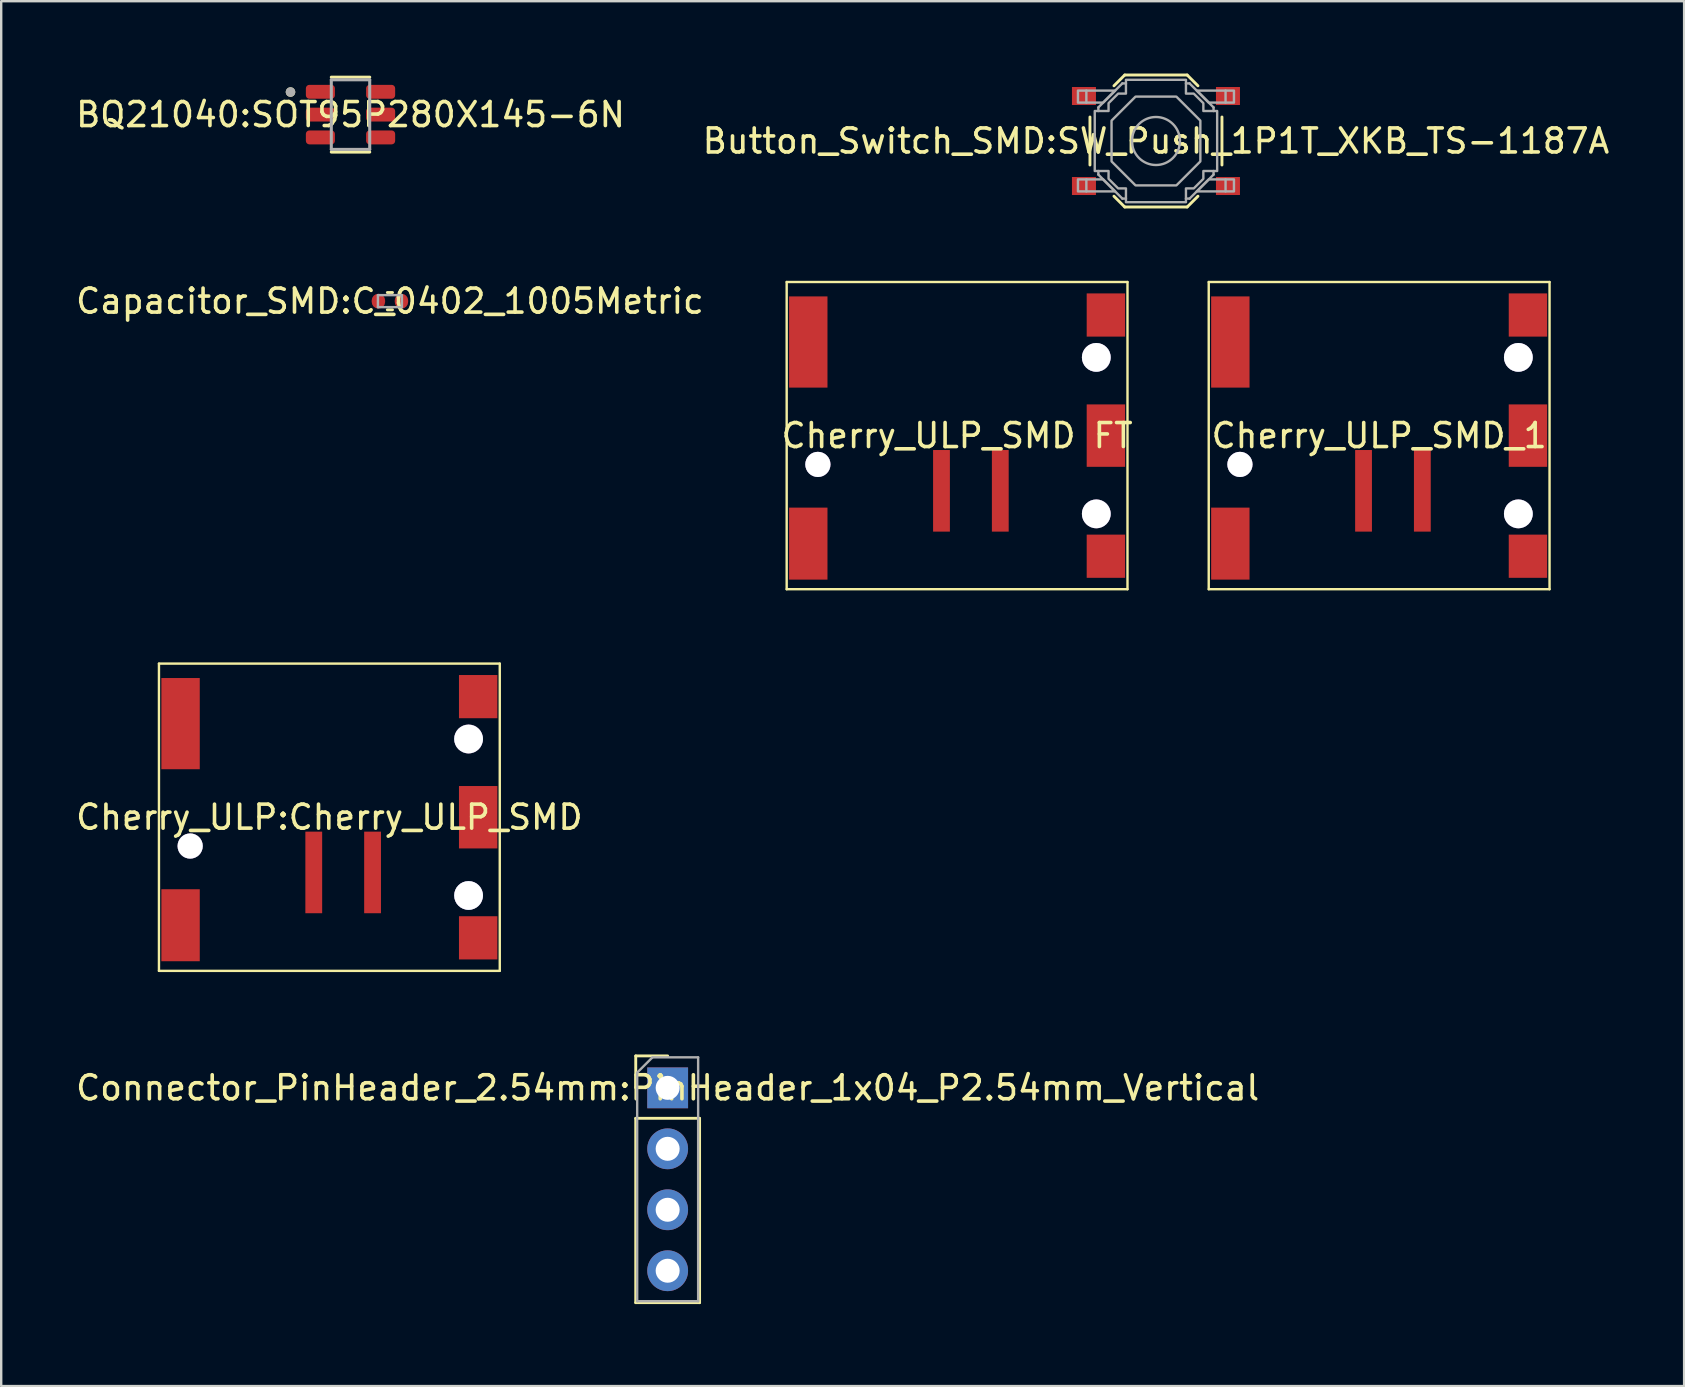
<source format=kicad_pcb>
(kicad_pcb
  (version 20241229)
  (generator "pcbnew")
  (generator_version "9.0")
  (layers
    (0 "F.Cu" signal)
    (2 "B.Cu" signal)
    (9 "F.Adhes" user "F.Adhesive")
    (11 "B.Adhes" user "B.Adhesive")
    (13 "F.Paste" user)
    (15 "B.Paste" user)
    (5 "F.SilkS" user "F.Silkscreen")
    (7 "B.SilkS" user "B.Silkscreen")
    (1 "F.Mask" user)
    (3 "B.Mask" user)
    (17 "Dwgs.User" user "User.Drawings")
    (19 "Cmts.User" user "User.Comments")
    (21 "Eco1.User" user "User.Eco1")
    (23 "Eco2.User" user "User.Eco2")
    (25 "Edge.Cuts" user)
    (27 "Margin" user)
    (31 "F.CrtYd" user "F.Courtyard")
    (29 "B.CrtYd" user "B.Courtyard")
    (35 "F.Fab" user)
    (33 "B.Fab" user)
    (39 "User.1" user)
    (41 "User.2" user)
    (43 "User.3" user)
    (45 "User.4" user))
  (footprint "Cherry_ULP_SMD_1"
    (layer "F.Cu")
    (at 54.412 15.1)
    (property "Reference" "Cherry_ULP_SMD_1" (at 0 0 0) (layer "F.SilkS") (effects (font (size 1 1) (thickness 0.15))))
    (fp_line (start -7.1 -6.4) (end 7.1 -6.4) (stroke (width 0.1) (type default)) (layer "F.SilkS"))
    (fp_line (start -7.1 6.4) (end -7.1 -6.4) (stroke (width 0.1) (type default)) (layer "F.SilkS"))
    (fp_line (start 7.1 -6.4) (end 7.1 6.4) (stroke (width 0.1) (type default)) (layer "F.SilkS"))
    (fp_line (start 7.1 6.4) (end -7.1 6.4) (stroke (width 0.1) (type default)) (layer "F.SilkS"))
    (fp_line (start -6.8 -6.1) (end 6.8 -6.1) (stroke (width 0.1) (type default)) (layer "User.1"))
    (fp_line (start -6.8 6.1) (end -6.8 -6.1) (stroke (width 0.1) (type default)) (layer "User.1"))
    (fp_line (start -3.6 -4.2) (end 3.1 -4.2) (stroke (width 0.05) (type default)) (layer "User.1"))
    (fp_line (start -3.6 -1.8) (end -3.6 -4.2) (stroke (width 0.05) (type default)) (layer "User.1"))
    (fp_line (start 3.1 -4.2) (end 3.1 -1.8) (stroke (width 0.05) (type default)) (layer "User.1"))
    (fp_line (start 3.1 -1.8) (end -3.6 -1.8) (stroke (width 0.05) (type default)) (layer "User.1"))
    (fp_line (start 6.8 -6.1) (end 6.8 6.1) (stroke (width 0.1) (type default)) (layer "User.1"))
    (fp_line (start 6.8 6.1) (end -6.8 6.1) (stroke (width 0.1) (type default)) (layer "User.1"))
    (pad "" thru_hole circle (at -5.8 1.2) (size 1.05 1.05) (drill 1.05) (layers "*.Cu" "*.Mask"))
    (pad "" thru_hole circle (at 5.8 -3.26) (size 1.2 1.2) (drill 1.2) (layers "*.Cu" "*.Mask"))
    (pad "" thru_hole circle (at 5.8 3.26) (size 1.2 1.2) (drill 1.2) (layers "*.Cu" "*.Mask"))
    (pad "1" smd rect (at -0.65 2.3) (size 0.7 3.4) (layers "F.Cu" "F.Mask" "F.Paste"))
    (pad "2" smd rect (at 1.8 2.3) (size 0.7 3.4) (layers "F.Cu" "F.Mask" "F.Paste"))
    (pad "3" smd rect (at -6.2 -3.9) (size 1.6 3.8) (layers "F.Cu" "F.Mask" "F.Paste"))
    (pad "3" smd rect (at -6.2 4.5) (size 1.6 3) (layers "F.Cu" "F.Mask" "F.Paste"))
    (pad "3" smd rect (at 6.2 -5.025) (size 1.6 1.8) (layers "F.Cu" "F.Mask" "F.Paste"))
    (pad "3" smd rect (at 6.2 0) (size 1.6 2.6) (layers "F.Cu" "F.Mask" "F.Paste"))
    (pad "3" smd rect (at 6.2 5.025) (size 1.6 1.8) (layers "F.Cu" "F.Mask" "F.Paste")))
  (footprint "Cherry_ULP_SMD FT"
    (layer "F.Cu")
    (at 36.827 15.1)
    (property "Reference" "Cherry_ULP_SMD FT" (at 0 0 0) (layer "F.SilkS") (effects (font (size 1 1) (thickness 0.15))))
    (fp_line (start -7.1 -6.4) (end 7.1 -6.4) (stroke (width 0.1) (type default)) (layer "F.SilkS"))
    (fp_line (start -7.1 6.4) (end -7.1 -6.4) (stroke (width 0.1) (type default)) (layer "F.SilkS"))
    (fp_line (start 7.1 -6.4) (end 7.1 6.4) (stroke (width 0.1) (type default)) (layer "F.SilkS"))
    (fp_line (start 7.1 6.4) (end -7.1 6.4) (stroke (width 0.1) (type default)) (layer "F.SilkS"))
    (fp_line (start -6.8 -6.1) (end 6.8 -6.1) (stroke (width 0.1) (type default)) (layer "User.1"))
    (fp_line (start -6.8 6.1) (end -6.8 -6.1) (stroke (width 0.1) (type default)) (layer "User.1"))
    (fp_line (start -3.6 -4.2) (end 3.1 -4.2) (stroke (width 0.05) (type default)) (layer "User.1"))
    (fp_line (start -3.6 -1.8) (end -3.6 -4.2) (stroke (width 0.05) (type default)) (layer "User.1"))
    (fp_line (start 3.1 -4.2) (end 3.1 -1.8) (stroke (width 0.05) (type default)) (layer "User.1"))
    (fp_line (start 3.1 -1.8) (end -3.6 -1.8) (stroke (width 0.05) (type default)) (layer "User.1"))
    (fp_line (start 6.8 -6.1) (end 6.8 6.1) (stroke (width 0.1) (type default)) (layer "User.1"))
    (fp_line (start 6.8 6.1) (end -6.8 6.1) (stroke (width 0.1) (type default)) (layer "User.1"))
    (pad "" thru_hole circle (at -5.8 1.2) (size 1.05 1.05) (drill 1.05) (layers "*.Cu" "*.Mask"))
    (pad "" thru_hole circle (at 5.8 -3.26) (size 1.2 1.2) (drill 1.2) (layers "*.Cu" "*.Mask"))
    (pad "" thru_hole circle (at 5.8 3.26) (size 1.2 1.2) (drill 1.2) (layers "*.Cu" "*.Mask"))
    (pad "1" smd rect (at -0.65 2.3) (size 0.7 3.4) (layers "F.Cu" "F.Mask" "F.Paste"))
    (pad "2" smd rect (at 1.8 2.3) (size 0.7 3.4) (layers "F.Cu" "F.Mask" "F.Paste"))
    (pad "3" smd rect (at -6.2 -3.9) (size 1.6 3.8) (layers "F.Cu" "F.Mask" "F.Paste"))
    (pad "3" smd rect (at -6.2 4.5) (size 1.6 3) (layers "F.Cu" "F.Mask" "F.Paste"))
    (pad "3" smd rect (at 6.2 -5.025) (size 1.6 1.8) (layers "F.Cu" "F.Mask" "F.Paste"))
    (pad "3" smd rect (at 6.2 0) (size 1.6 2.6) (layers "F.Cu" "F.Mask" "F.Paste"))
    (pad "3" smd rect (at 6.2 5.025) (size 1.6 1.8) (layers "F.Cu" "F.Mask" "F.Paste")))
  (footprint "Connector_PinHeader_2.54mm{colon}PinHeader_1x04_P2.54mm_Vertical"
    (layer "F.Cu")
    (at 24.768 42.275)
    (property "Reference" "Connector_PinHeader_2.54mm{colon}PinHeader_1x04_P2.54mm_Vertical" (at 0 0 0) (layer "F.SilkS") (effects (font (size 1 1) (thickness 0.15))))
    (fp_line (start -1.33 -1.33) (end 0 -1.33) (stroke (width 0.12) (type default)) (layer "F.SilkS"))
    (fp_line (start -1.33 0) (end -1.33 -1.33) (stroke (width 0.12) (type default)) (layer "F.SilkS"))
    (fp_line (start -1.33 1.27) (end -1.33 8.95) (stroke (width 0.12) (type default)) (layer "F.SilkS"))
    (fp_line (start -1.33 1.27) (end 1.33 1.27) (stroke (width 0.12) (type default)) (layer "F.SilkS"))
    (fp_line (start -1.33 8.95) (end 1.33 8.95) (stroke (width 0.12) (type default)) (layer "F.SilkS"))
    (fp_line (start 1.33 1.27) (end 1.33 8.95) (stroke (width 0.12) (type default)) (layer "F.SilkS"))
    (fp_line (start -1.27 -0.635) (end -0.635 -1.27) (stroke (width 0.1) (type default)) (layer "F.Fab"))
    (fp_line (start -1.27 8.89) (end -1.27 -0.635) (stroke (width 0.1) (type default)) (layer "F.Fab"))
    (fp_line (start -0.635 -1.27) (end 1.27 -1.27) (stroke (width 0.1) (type default)) (layer "F.Fab"))
    (fp_line (start 1.27 -1.27) (end 1.27 8.89) (stroke (width 0.1) (type default)) (layer "F.Fab"))
    (fp_line (start 1.27 8.89) (end -1.27 8.89) (stroke (width 0.1) (type default)) (layer "F.Fab"))
    (fp_line (start -1.8 -1.8) (end -1.8 9.4) (stroke (width 0.05) (type default)) (layer "User.1"))
    (fp_line (start -1.8 9.4) (end 1.8 9.4) (stroke (width 0.05) (type default)) (layer "User.1"))
    (fp_line (start 1.8 -1.8) (end -1.8 -1.8) (stroke (width 0.05) (type default)) (layer "User.1"))
    (fp_line (start 1.8 9.4) (end 1.8 -1.8) (stroke (width 0.05) (type default)) (layer "User.1"))
    (pad "1" thru_hole rect (at 0 0) (size 1.7 1.7) (drill 1) (layers "*.Cu" "*.Mask"))
    (pad "2" thru_hole circle (at 0 2.54) (size 1.7 1.7) (drill 1) (layers "*.Cu" "*.Mask"))
    (pad "3" thru_hole circle (at 0 5.08) (size 1.7 1.7) (drill 1) (layers "*.Cu" "*.Mask"))
    (pad "4" thru_hole circle (at 0 7.62) (size 1.7 1.7) (drill 1) (layers "*.Cu" "*.Mask")))
  (footprint "Button_Switch_SMD{colon}SW_Push_1P1T_XKB_TS-1187A"
    (layer "F.Cu")
    (at 45.113 2.825)
    (property "Reference" "Button_Switch_SMD{colon}SW_Push_1P1T_XKB_TS-1187A" (at 0 0 0) (layer "F.SilkS") (effects (font (size 1 1) (thickness 0.15))))
    (fp_line (start -2.75 -1) (end -2.75 1) (stroke (width 0.12) (type default)) (layer "F.SilkS"))
    (fp_line (start -1.75 -2.3) (end -1.3 -2.75) (stroke (width 0.12) (type default)) (layer "F.SilkS"))
    (fp_line (start -1.75 2.3) (end -1.3 2.75) (stroke (width 0.12) (type default)) (layer "F.SilkS"))
    (fp_line (start -1.3 -2.75) (end 1.3 -2.75) (stroke (width 0.12) (type default)) (layer "F.SilkS"))
    (fp_line (start -1.3 2.75) (end 1.3 2.75) (stroke (width 0.12) (type default)) (layer "F.SilkS"))
    (fp_line (start 1.75 -2.3) (end 1.3 -2.75) (stroke (width 0.12) (type default)) (layer "F.SilkS"))
    (fp_line (start 1.75 2.3) (end 1.3 2.75) (stroke (width 0.12) (type default)) (layer "F.SilkS"))
    (fp_line (start 2.75 -1) (end 2.75 1) (stroke (width 0.12) (type default)) (layer "F.SilkS"))
    (fp_line (start -2.9 -2.1) (end -2.9 -1.6) (stroke (width 0.1) (type default)) (layer "F.Fab"))
    (fp_line (start -2.9 2.1) (end -2.9 1.6) (stroke (width 0.1) (type default)) (layer "F.Fab"))
    (fp_line (start -2.4 -1.4) (end -1.4 -2.4) (stroke (width 0.1) (type default)) (layer "F.Fab"))
    (fp_line (start -2.4 -1.25) (end -2.4 -1.4) (stroke (width 0.1) (type default)) (layer "F.Fab"))
    (fp_line (start -2.4 1.4) (end -2.4 1.25) (stroke (width 0.1) (type default)) (layer "F.Fab"))
    (fp_line (start -1.4 -2.4) (end -1.25 -2.4) (stroke (width 0.1) (type default)) (layer "F.Fab"))
    (fp_line (start -1.4 2.4) (end -2.4 1.4) (stroke (width 0.1) (type default)) (layer "F.Fab"))
    (fp_line (start -1.25 2.4) (end -1.4 2.4) (stroke (width 0.1) (type default)) (layer "F.Fab"))
    (fp_line (start 1.25 -2.4) (end 1.4 -2.4) (stroke (width 0.1) (type default)) (layer "F.Fab"))
    (fp_line (start 1.4 -2.4) (end 2.4 -1.4) (stroke (width 0.1) (type default)) (layer "F.Fab"))
    (fp_line (start 1.4 2.4) (end 1.25 2.4) (stroke (width 0.1) (type default)) (layer "F.Fab"))
    (fp_line (start 2.4 -1.4) (end 2.4 -1.25) (stroke (width 0.1) (type default)) (layer "F.Fab"))
    (fp_line (start 2.4 1.25) (end 2.4 1.4) (stroke (width 0.1) (type default)) (layer "F.Fab"))
    (fp_line (start 2.4 1.4) (end 1.4 2.4) (stroke (width 0.1) (type default)) (layer "F.Fab"))
    (fp_line (start 2.9 -2.1) (end 2.9 -1.6) (stroke (width 0.1) (type default)) (layer "F.Fab"))
    (fp_line (start 2.9 2.1) (end 2.9 1.6) (stroke (width 0.1) (type default)) (layer "F.Fab"))
    (fp_circle (center 0 0) (end 1 0) (stroke (width 0.1) (type default)) (fill no) (layer "F.Fab"))
    (fp_poly (pts (xy -1.7 -2.1) (xy -2.2 -1.6) (xy -3.25 -1.6) (xy -3.25 -2.1)) (stroke (width 0.1) (type default)) (fill no) (layer "F.Fab"))
    (fp_poly (pts (xy -1.7 2.1) (xy -2.2 1.6) (xy -3.25 1.6) (xy -3.25 2.1)) (stroke (width 0.1) (type default)) (fill no) (layer "F.Fab"))
    (fp_poly (pts (xy 1.7 -2.1) (xy 2.2 -1.6) (xy 3.25 -1.6) (xy 3.25 -2.1)) (stroke (width 0.1) (type default)) (fill no) (layer "F.Fab"))
    (fp_poly (pts (xy 1.7 2.1) (xy 2.2 1.6) (xy 3.25 1.6) (xy 3.25 2.1)) (stroke (width 0.1) (type default)) (fill no) (layer "F.Fab"))
    (fp_poly (pts (xy 0.85 -1.85) (xy 1.85 -0.85) (xy 1.85 0.85) (xy 0.85 1.85) (xy -0.85 1.85) (xy -1.85 0.85) (xy -1.85 -0.85) (xy -0.85 -1.85)) (stroke (width 0.1) (type default)) (fill no) (layer "F.Fab"))
    (fp_poly (pts (xy -1.25 -2.55) (xy 1.25 -2.55) (xy 1.25 -1.975) (xy 1.575 -1.975) (xy 1.975 -1.575) (xy 1.975 -1.25) (xy 2.55 -1.25) (xy 2.55 1.25) (xy 1.975 1.25) (xy 1.975 1.575) (xy 1.575 1.975) (xy 1.25 1.975) (xy 1.25 2.55) (xy -1.25 2.55) (xy -1.25 1.975) (xy -1.575 1.975) (xy -1.975 1.575) (xy -1.975 1.25) (xy -2.55 1.25) (xy -2.55 -1.25) (xy -1.975 -1.25) (xy -1.975 -1.575) (xy -1.575 -1.975) (xy -1.25 -1.975)) (stroke (width 0.1) (type default)) (fill no) (layer "F.Fab"))
    (fp_line (start -3.75 -2.8) (end 3.75 -2.8) (stroke (width 0.05) (type default)) (layer "User.1"))
    (fp_line (start -3.75 2.8) (end -3.75 -2.8) (stroke (width 0.05) (type default)) (layer "User.1"))
    (fp_line (start 3.75 -2.8) (end 3.75 2.8) (stroke (width 0.05) (type default)) (layer "User.1"))
    (fp_line (start 3.75 2.8) (end -3.75 2.8) (stroke (width 0.05) (type default)) (layer "User.1"))
    (pad "1" smd rect (at -3 -1.875) (size 1 0.75) (layers "F.Cu" "F.Mask" "F.Paste"))
    (pad "1" smd rect (at 3 -1.875) (size 1 0.75) (layers "F.Cu" "F.Mask" "F.Paste"))
    (pad "2" smd rect (at -3 1.875) (size 1 0.75) (layers "F.Cu" "F.Mask" "F.Paste"))
    (pad "2" smd rect (at 3 1.875) (size 1 0.75) (layers "F.Cu" "F.Mask" "F.Paste")))
  (footprint "Cherry_ULP{colon}Cherry_ULP_SMD"
    (layer "F.Cu")
    (at 10.673 31)
    (property "Reference" "Cherry_ULP{colon}Cherry_ULP_SMD" (at 0 0 0) (layer "F.SilkS") (effects (font (size 1 1) (thickness 0.15))))
    (fp_line (start -7.1 -6.4) (end 7.1 -6.4) (stroke (width 0.1) (type default)) (layer "F.SilkS"))
    (fp_line (start -7.1 6.4) (end -7.1 -6.4) (stroke (width 0.1) (type default)) (layer "F.SilkS"))
    (fp_line (start 7.1 -6.4) (end 7.1 6.4) (stroke (width 0.1) (type default)) (layer "F.SilkS"))
    (fp_line (start 7.1 6.4) (end -7.1 6.4) (stroke (width 0.1) (type default)) (layer "F.SilkS"))
    (fp_line (start -6.8 -6.1) (end 6.8 -6.1) (stroke (width 0.1) (type default)) (layer "User.1"))
    (fp_line (start -6.8 6.1) (end -6.8 -6.1) (stroke (width 0.1) (type default)) (layer "User.1"))
    (fp_line (start -3.6 -4.2) (end 3.1 -4.2) (stroke (width 0.05) (type default)) (layer "User.1"))
    (fp_line (start -3.6 -1.8) (end -3.6 -4.2) (stroke (width 0.05) (type default)) (layer "User.1"))
    (fp_line (start 3.1 -4.2) (end 3.1 -1.8) (stroke (width 0.05) (type default)) (layer "User.1"))
    (fp_line (start 3.1 -1.8) (end -3.6 -1.8) (stroke (width 0.05) (type default)) (layer "User.1"))
    (fp_line (start 6.8 -6.1) (end 6.8 6.1) (stroke (width 0.1) (type default)) (layer "User.1"))
    (fp_line (start 6.8 6.1) (end -6.8 6.1) (stroke (width 0.1) (type default)) (layer "User.1"))
    (pad "" thru_hole circle (at -5.8 1.2) (size 1.05 1.05) (drill 1.05) (layers "*.Cu" "*.Mask"))
    (pad "" thru_hole circle (at 5.8 -3.26) (size 1.2 1.2) (drill 1.2) (layers "*.Cu" "*.Mask"))
    (pad "" thru_hole circle (at 5.8 3.26) (size 1.2 1.2) (drill 1.2) (layers "*.Cu" "*.Mask"))
    (pad "1" smd rect (at -0.65 2.3) (size 0.7 3.4) (layers "F.Cu" "F.Mask" "F.Paste"))
    (pad "2" smd rect (at 1.8 2.3) (size 0.7 3.4) (layers "F.Cu" "F.Mask" "F.Paste"))
    (pad "3" smd rect (at -6.2 -3.9) (size 1.6 3.8) (layers "F.Cu" "F.Mask" "F.Paste"))
    (pad "3" smd rect (at -6.2 4.5) (size 1.6 3) (layers "F.Cu" "F.Mask" "F.Paste"))
    (pad "3" smd rect (at 6.2 -5.025) (size 1.6 1.8) (layers "F.Cu" "F.Mask" "F.Paste"))
    (pad "3" smd rect (at 6.2 0) (size 1.6 2.6) (layers "F.Cu" "F.Mask" "F.Paste"))
    (pad "3" smd rect (at 6.2 5.025) (size 1.6 1.8) (layers "F.Cu" "F.Mask" "F.Paste")))
  (footprint "BQ21040{colon}SOT95P280X145-6N"
    (layer "F.Cu")
    (at 11.554 1.725)
    (property "Reference" "BQ21040{colon}SOT95P280X145-6N" (at 0 0 0) (layer "F.SilkS") (effects (font (size 1 1) (thickness 0.15))))
    (fp_line (start -0.8 1.56) (end 0.8 1.56) (stroke (width 0.127) (type default)) (layer "F.SilkS"))
    (fp_line (start 0.8 -1.56) (end -0.8 -1.56) (stroke (width 0.127) (type default)) (layer "F.SilkS"))
    (fp_circle (center -2.5 -0.94) (end -2.4 -0.94) (stroke (width 0.2) (type default)) (fill no) (layer "F.SilkS"))
    (fp_line (start -0.8 -1.45) (end -0.8 1.45) (stroke (width 0.127) (type default)) (layer "F.Fab"))
    (fp_line (start -0.8 1.45) (end 0.8 1.45) (stroke (width 0.127) (type default)) (layer "F.Fab"))
    (fp_line (start 0.8 -1.45) (end -0.8 -1.45) (stroke (width 0.127) (type default)) (layer "F.Fab"))
    (fp_line (start 0.8 1.45) (end 0.8 -1.45) (stroke (width 0.127) (type default)) (layer "F.Fab"))
    (fp_circle (center -2.5 -0.94) (end -2.4 -0.94) (stroke (width 0.2) (type default)) (fill no) (layer "F.Fab"))
    (fp_line (start -2.11 -1.49) (end -2.11 1.49) (stroke (width 0.05) (type default)) (layer "User.1"))
    (fp_line (start -2.11 -1.49) (end -1.05 -1.49) (stroke (width 0.05) (type default)) (layer "User.1"))
    (fp_line (start -2.11 1.49) (end -1.05 1.49) (stroke (width 0.05) (type default)) (layer "User.1"))
    (fp_line (start -1.05 -1.49) (end -1.05 -1.7) (stroke (width 0.05) (type default)) (layer "User.1"))
    (fp_line (start -1.05 1.49) (end -1.05 1.7) (stroke (width 0.05) (type default)) (layer "User.1"))
    (fp_line (start -1.05 1.7) (end 1.05 1.7) (stroke (width 0.05) (type default)) (layer "User.1"))
    (fp_line (start 1.05 -1.7) (end -1.05 -1.7) (stroke (width 0.05) (type default)) (layer "User.1"))
    (fp_line (start 1.05 -1.49) (end 1.05 -1.7) (stroke (width 0.05) (type default)) (layer "User.1"))
    (fp_line (start 1.05 1.49) (end 1.05 1.7) (stroke (width 0.05) (type default)) (layer "User.1"))
    (fp_line (start 2.11 -1.49) (end 1.05 -1.49) (stroke (width 0.05) (type default)) (layer "User.1"))
    (fp_line (start 2.11 1.49) (end 1.05 1.49) (stroke (width 0.05) (type default)) (layer "User.1"))
    (fp_line (start 2.11 1.49) (end 2.11 -1.49) (stroke (width 0.05) (type default)) (layer "User.1"))
    (pad "1" smd roundrect (at -1.255 -0.95) (size 1.21 0.58) (layers "F.Cu" "F.Mask" "F.Paste") (roundrect_rratio 0.25))
    (pad "2" smd roundrect (at -1.255 0) (size 1.21 0.58) (layers "F.Cu" "F.Mask" "F.Paste") (roundrect_rratio 0.25))
    (pad "3" smd roundrect (at -1.255 0.95) (size 1.21 0.58) (layers "F.Cu" "F.Mask" "F.Paste") (roundrect_rratio 0.25))
    (pad "4" smd roundrect (at 1.255 0.95) (size 1.21 0.58) (layers "F.Cu" "F.Mask" "F.Paste") (roundrect_rratio 0.25))
    (pad "5" smd roundrect (at 1.255 0) (size 1.21 0.58) (layers "F.Cu" "F.Mask" "F.Paste") (roundrect_rratio 0.25))
    (pad "6" smd roundrect (at 1.255 -0.95) (size 1.21 0.58) (layers "F.Cu" "F.Mask" "F.Paste") (roundrect_rratio 0.25)))
  (footprint "Capacitor_SMD{colon}C_0402_1005Metric"
    (layer "F.Cu")
    (at 13.196 9.498)
    (property "Reference" "Capacitor_SMD{colon}C_0402_1005Metric" (at 0 0 0) (layer "F.SilkS") (effects (font (size 1 1) (thickness 0.15))))
    (fp_line (start -0.108 -0.36) (end 0.108 -0.36) (stroke (width 0.12) (type default)) (layer "F.SilkS"))
    (fp_line (start -0.108 0.36) (end 0.108 0.36) (stroke (width 0.12) (type default)) (layer "F.SilkS"))
    (fp_line (start -0.5 -0.25) (end 0.5 -0.25) (stroke (width 0.1) (type default)) (layer "F.Fab"))
    (fp_line (start -0.5 0.25) (end -0.5 -0.25) (stroke (width 0.1) (type default)) (layer "F.Fab"))
    (fp_line (start 0.5 -0.25) (end 0.5 0.25) (stroke (width 0.1) (type default)) (layer "F.Fab"))
    (fp_line (start 0.5 0.25) (end -0.5 0.25) (stroke (width 0.1) (type default)) (layer "F.Fab"))
    (fp_line (start -0.91 -0.46) (end 0.91 -0.46) (stroke (width 0.05) (type default)) (layer "User.1"))
    (fp_line (start -0.91 0.46) (end -0.91 -0.46) (stroke (width 0.05) (type default)) (layer "User.1"))
    (fp_line (start 0.91 -0.46) (end 0.91 0.46) (stroke (width 0.05) (type default)) (layer "User.1"))
    (fp_line (start 0.91 0.46) (end -0.91 0.46) (stroke (width 0.05) (type default)) (layer "User.1"))
    (pad "1" smd roundrect (at -0.48 0) (size 0.56 0.62) (layers "F.Cu" "F.Mask" "F.Paste") (roundrect_rratio 0.5))
    (pad "2" smd roundrect (at 0.48 0) (size 0.56 0.62) (layers "F.Cu" "F.Mask" "F.Paste") (roundrect_rratio 0.5)))
  (gr_rect
    (start -3 -3)
    (end 67.119 54.7)
    (stroke (width 0.1) (type default))
    (fill no)
    (layer "Edge.Cuts")))
</source>
